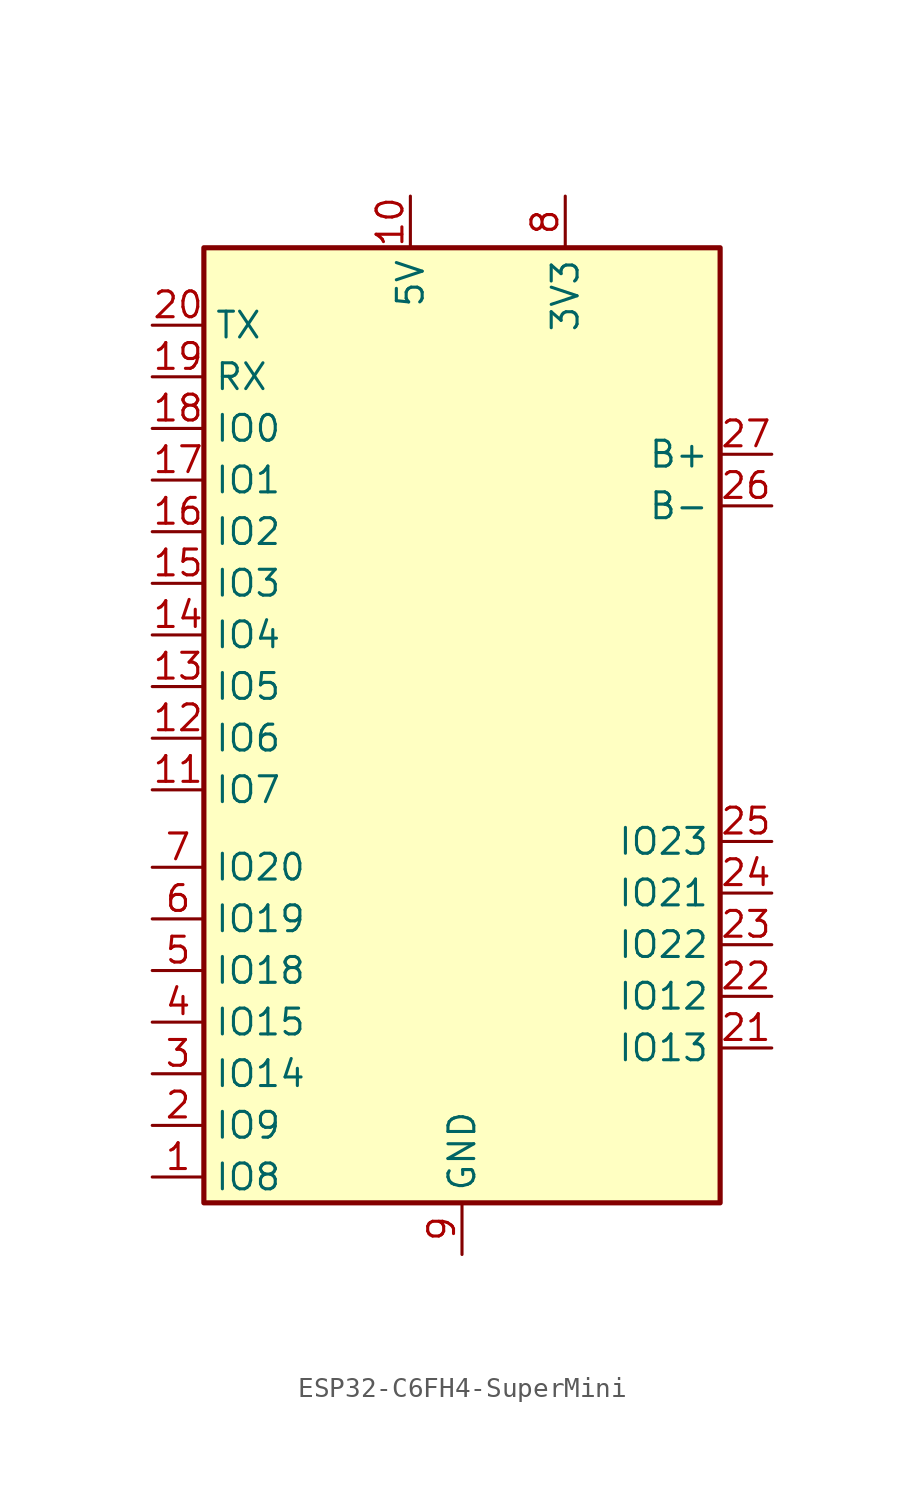
<source format=kicad_sym>
(kicad_symbol_lib
  (version 20241209)
  (generator "kicad_symbol_editor")
  (generator_version "9.0")
  (symbol "ESP32-C6FH4-SuperMini"
    (property "Reference" "U"
      (at 16.764 -36.068 0)
      (effects (font (size 1.27 1.27)) (hide yes)))
    (property "Value" ""
      (at 0 0 0)
      (effects (font (size 1.27 1.27))))
    (symbol "ESP32-C6FH4-SuperMini_0_1"
      (rectangle (start -12.7 22.86) (end 12.7 -24.13) (stroke (width 0.254) (type default)) (fill (type background))))
    (symbol "ESP32-C6FH4-SuperMini_1_1"
      (pin bidirectional line (at -15.24 19.05 0) (length 2.54) (name "TX" (effects (font (size 1.27 1.27)))) (number "20" (effects (font (size 1.27 1.27)))))
      (pin bidirectional line (at -15.24 16.51 0) (length 2.54) (name "RX" (effects (font (size 1.27 1.27)))) (number "19" (effects (font (size 1.27 1.27)))))
      (pin bidirectional line (at -15.24 13.97 0) (length 2.54) (name "IO0" (effects (font (size 1.27 1.27)))) (number "18" (effects (font (size 1.27 1.27)))))
      (pin bidirectional line (at -15.24 11.43 0) (length 2.54) (name "IO1" (effects (font (size 1.27 1.27)))) (number "17" (effects (font (size 1.27 1.27)))))
      (pin bidirectional line (at -15.24 8.89 0) (length 2.54) (name "IO2" (effects (font (size 1.27 1.27)))) (number "16" (effects (font (size 1.27 1.27)))))
      (pin bidirectional line (at -15.24 6.35 0) (length 2.54) (name "IO3" (effects (font (size 1.27 1.27)))) (number "15" (effects (font (size 1.27 1.27)))))
      (pin bidirectional line (at -15.24 3.81 0) (length 2.54) (name "IO4" (effects (font (size 1.27 1.27)))) (number "14" (effects (font (size 1.27 1.27)))))
      (pin bidirectional line (at -15.24 1.27 0) (length 2.54) (name "IO5" (effects (font (size 1.27 1.27)))) (number "13" (effects (font (size 1.27 1.27)))))
      (pin bidirectional line (at -15.24 -1.27 0) (length 2.54) (name "IO6" (effects (font (size 1.27 1.27)))) (number "12" (effects (font (size 1.27 1.27)))))
      (pin bidirectional line (at -15.24 -3.81 0) (length 2.54) (name "IO7" (effects (font (size 1.27 1.27)))) (number "11" (effects (font (size 1.27 1.27)))))
      (pin bidirectional line (at -15.24 -7.62 0) (length 2.54) (name "IO20" (effects (font (size 1.27 1.27)))) (number "7" (effects (font (size 1.27 1.27)))))
      (pin bidirectional line (at -15.24 -10.16 0) (length 2.54) (name "IO19" (effects (font (size 1.27 1.27)))) (number "6" (effects (font (size 1.27 1.27)))))
      (pin bidirectional line (at -15.24 -12.7 0) (length 2.54) (name "IO18" (effects (font (size 1.27 1.27)))) (number "5" (effects (font (size 1.27 1.27)))))
      (pin bidirectional line (at -15.24 -15.24 0) (length 2.54) (name "IO15" (effects (font (size 1.27 1.27)))) (number "4" (effects (font (size 1.27 1.27)))))
      (pin bidirectional line (at -15.24 -17.78 0) (length 2.54) (name "IO14" (effects (font (size 1.27 1.27)))) (number "3" (effects (font (size 1.27 1.27)))))
      (pin bidirectional line (at -15.24 -20.32 0) (length 2.54) (name "IO9" (effects (font (size 1.27 1.27)))) (number "2" (effects (font (size 1.27 1.27)))))
      (pin bidirectional line (at -15.24 -22.86 0) (length 2.54) (name "IO8" (effects (font (size 1.27 1.27)))) (number "1" (effects (font (size 1.27 1.27)))))
      (pin power_in line (at -2.54 25.4 270) (length 2.54) (name "5V" (effects (font (size 1.27 1.27)))) (number "10" (effects (font (size 1.27 1.27)))))
      (pin power_out line (at 0 -26.67 90) (length 2.54) (name "GND" (effects (font (size 1.27 1.27)))) (number "9" (effects (font (size 1.27 1.27)))))
      (pin power_in line (at 5.08 25.4 270) (length 2.54) (name "3V3" (effects (font (size 1.27 1.27)))) (number "8" (effects (font (size 1.27 1.27)))))
      (pin bidirectional line (at 15.24 12.7 180) (length 2.54) (name "B+" (effects (font (size 1.27 1.27)))) (number "27" (effects (font (size 1.27 1.27)))) (alternate "IO19" bidirectional line))
      (pin bidirectional line (at 15.24 10.16 180) (length 2.54) (name "B-" (effects (font (size 1.27 1.27)))) (number "26" (effects (font (size 1.27 1.27)))) (alternate "IO20" bidirectional line))
      (pin bidirectional line (at 15.24 -6.35 180) (length 2.54) (name "IO23" (effects (font (size 1.27 1.27)))) (number "25" (effects (font (size 1.27 1.27)))))
      (pin bidirectional line (at 15.24 -8.89 180) (length 2.54) (name "IO21" (effects (font (size 1.27 1.27)))) (number "24" (effects (font (size 1.27 1.27)))))
      (pin bidirectional line (at 15.24 -11.43 180) (length 2.54) (name "IO22" (effects (font (size 1.27 1.27)))) (number "23" (effects (font (size 1.27 1.27)))))
      (pin bidirectional line (at 15.24 -13.97 180) (length 2.54) (name "IO12" (effects (font (size 1.27 1.27)))) (number "22" (effects (font (size 1.27 1.27)))))
      (pin bidirectional line (at 15.24 -16.51 180) (length 2.54) (name "IO13" (effects (font (size 1.27 1.27)))) (number "21" (effects (font (size 1.27 1.27))))))))
</source>
